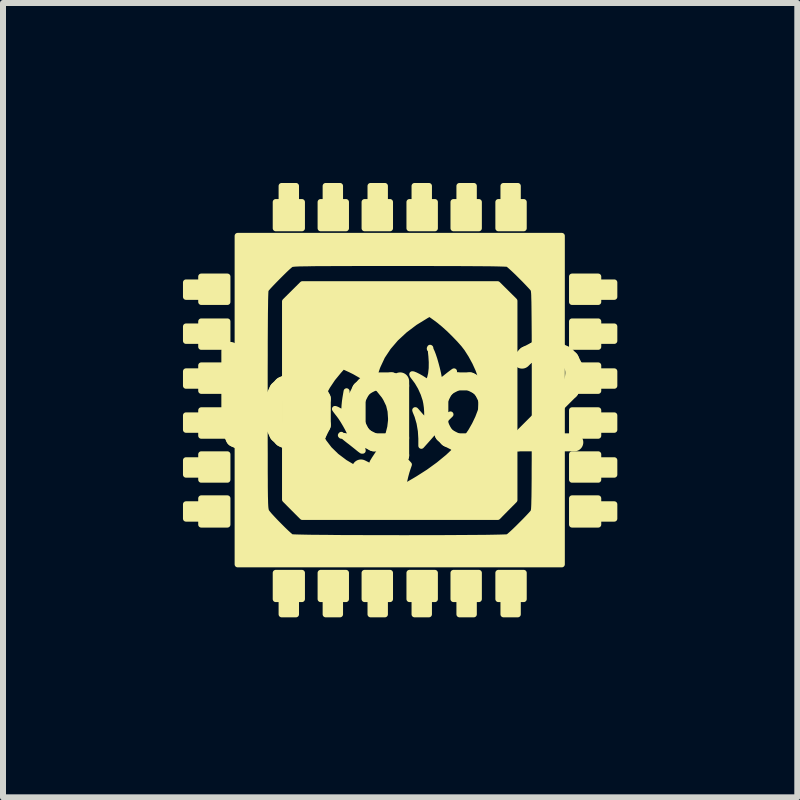
<source format=kicad_pcb>
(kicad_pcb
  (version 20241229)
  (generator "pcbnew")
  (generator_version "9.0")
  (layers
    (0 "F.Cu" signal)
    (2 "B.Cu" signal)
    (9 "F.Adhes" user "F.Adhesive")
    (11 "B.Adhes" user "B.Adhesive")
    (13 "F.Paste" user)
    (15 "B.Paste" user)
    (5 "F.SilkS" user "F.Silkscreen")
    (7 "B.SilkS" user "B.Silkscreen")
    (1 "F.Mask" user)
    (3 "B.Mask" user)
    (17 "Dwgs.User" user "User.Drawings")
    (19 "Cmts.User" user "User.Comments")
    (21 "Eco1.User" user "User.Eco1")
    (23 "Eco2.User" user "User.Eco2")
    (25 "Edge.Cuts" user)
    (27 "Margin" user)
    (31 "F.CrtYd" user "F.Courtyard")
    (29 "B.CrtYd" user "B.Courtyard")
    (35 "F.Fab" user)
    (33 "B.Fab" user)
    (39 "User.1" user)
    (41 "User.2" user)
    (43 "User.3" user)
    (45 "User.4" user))
  (footprint "logo2"
    (layer "F.Cu")
    (at 3.62 3.634)
    (property "Reference" "logo2" (at 0 0 0) (layer "F.SilkS") (effects (font (size 1.524 1.524) (thickness 0.3))))
    (attr through_hole)
    (fp_poly (pts (xy -0.974 0.572) (xy -0.981 0.579) (xy -0.988 0.572) (xy -0.981 0.564) (xy -0.974 0.572)) (stroke (width 0.1) (type solid)) (fill yes) (layer "F.SilkS"))
    (fp_poly (pts (xy 0.505 -0.868) (xy 0.503 -0.865) (xy 0.495 -0.867) (xy 0.494 -0.875) (xy 0.499 -0.887) (xy 0.503 -0.884) (xy 0.505 -0.868)) (stroke (width 0.1) (type solid)) (fill yes) (layer "F.SilkS"))
    (fp_poly (pts (xy -2.879 -1.651) (xy -3.097 -1.651) (xy -3.316 -1.651) (xy -3.316 -1.693) (xy -3.316 -1.736) (xy -3.443 -1.736) (xy -3.57 -1.736) (xy -3.57 -1.856) (xy -3.57 -1.976) (xy -3.443 -1.976) (xy -3.316 -1.976) (xy -3.316 -2.025) (xy -3.316 -2.074) (xy -3.097 -2.074) (xy -2.879 -2.074) (xy -2.879 -1.863) (xy -2.879 -1.651)) (stroke (width 0.1) (type solid)) (fill yes) (layer "F.SilkS"))
    (fp_poly (pts (xy -2.879 -0.903) (xy -3.097 -0.903) (xy -3.316 -0.903) (xy -3.316 -0.953) (xy -3.316 -1.002) (xy -3.443 -1.002) (xy -3.57 -1.002) (xy -3.57 -1.122) (xy -3.57 -1.242) (xy -3.443 -1.242) (xy -3.316 -1.242) (xy -3.316 -1.284) (xy -3.316 -1.326) (xy -3.097 -1.326) (xy -2.879 -1.326) (xy -2.879 -1.115) (xy -2.879 -0.903)) (stroke (width 0.1) (type solid)) (fill yes) (layer "F.SilkS"))
    (fp_poly (pts (xy -2.879 -0.169) (xy -3.097 -0.169) (xy -3.316 -0.169) (xy -3.316 -0.212) (xy -3.316 -0.254) (xy -3.443 -0.254) (xy -3.57 -0.254) (xy -3.57 -0.374) (xy -3.57 -0.494) (xy -3.443 -0.494) (xy -3.316 -0.494) (xy -3.316 -0.543) (xy -3.316 -0.593) (xy -3.097 -0.593) (xy -2.879 -0.593) (xy -2.879 -0.381) (xy -2.879 -0.169)) (stroke (width 0.1) (type solid)) (fill yes) (layer "F.SilkS"))
    (fp_poly (pts (xy -2.879 0.579) (xy -3.097 0.579) (xy -3.316 0.579) (xy -3.316 0.529) (xy -3.316 0.48) (xy -3.443 0.48) (xy -3.57 0.48) (xy -3.57 0.36) (xy -3.57 0.24) (xy -3.443 0.24) (xy -3.316 0.24) (xy -3.316 0.198) (xy -3.316 0.155) (xy -3.097 0.155) (xy -2.879 0.155) (xy -2.879 0.367) (xy -2.879 0.579)) (stroke (width 0.1) (type solid)) (fill yes) (layer "F.SilkS"))
    (fp_poly (pts (xy -2.879 1.312) (xy -3.097 1.312) (xy -3.316 1.312) (xy -3.316 1.27) (xy -3.316 1.228) (xy -3.443 1.228) (xy -3.57 1.228) (xy -3.57 1.108) (xy -3.57 0.988) (xy -3.443 0.988) (xy -3.316 0.988) (xy -3.316 0.938) (xy -3.316 0.889) (xy -3.097 0.889) (xy -2.879 0.889) (xy -2.879 1.101) (xy -2.879 1.312)) (stroke (width 0.1) (type solid)) (fill yes) (layer "F.SilkS"))
    (fp_poly (pts (xy -2.879 2.06) (xy -3.097 2.06) (xy -3.316 2.06) (xy -3.316 2.011) (xy -3.316 1.961) (xy -3.443 1.961) (xy -3.57 1.961) (xy -3.57 1.841) (xy -3.57 1.722) (xy -3.443 1.722) (xy -3.316 1.722) (xy -3.316 1.672) (xy -3.316 1.623) (xy -3.097 1.623) (xy -2.879 1.623) (xy -2.879 1.841) (xy -2.879 2.06)) (stroke (width 0.1) (type solid)) (fill yes) (layer "F.SilkS"))
    (fp_poly (pts (xy -1.637 -2.879) (xy -1.856 -2.879) (xy -2.074 -2.879) (xy -2.074 -3.097) (xy -2.074 -3.316) (xy -2.025 -3.316) (xy -1.976 -3.316) (xy -1.976 -3.45) (xy -1.976 -3.584) (xy -1.856 -3.584) (xy -1.736 -3.584) (xy -1.736 -3.45) (xy -1.736 -3.316) (xy -1.686 -3.316) (xy -1.637 -3.316) (xy -1.637 -3.097) (xy -1.637 -2.879)) (stroke (width 0.1) (type solid)) (fill yes) (layer "F.SilkS"))
    (fp_poly (pts (xy -1.637 3.302) (xy -1.686 3.302) (xy -1.736 3.302) (xy -1.736 3.429) (xy -1.736 3.556) (xy -1.856 3.556) (xy -1.976 3.556) (xy -1.976 3.429) (xy -1.976 3.302) (xy -2.025 3.302) (xy -2.074 3.302) (xy -2.074 3.083) (xy -2.074 2.865) (xy -1.856 2.865) (xy -1.637 2.865) (xy -1.637 3.083) (xy -1.637 3.302)) (stroke (width 0.1) (type solid)) (fill yes) (layer "F.SilkS"))
    (fp_poly (pts (xy -0.903 -2.879) (xy -1.115 -2.879) (xy -1.326 -2.879) (xy -1.326 -3.097) (xy -1.326 -3.316) (xy -1.284 -3.316) (xy -1.242 -3.316) (xy -1.242 -3.45) (xy -1.242 -3.584) (xy -1.122 -3.584) (xy -1.002 -3.584) (xy -1.002 -3.45) (xy -1.002 -3.316) (xy -0.953 -3.316) (xy -0.903 -3.316) (xy -0.903 -3.097) (xy -0.903 -2.879)) (stroke (width 0.1) (type solid)) (fill yes) (layer "F.SilkS"))
    (fp_poly (pts (xy -0.903 3.302) (xy -0.953 3.302) (xy -1.002 3.302) (xy -1.002 3.429) (xy -1.002 3.556) (xy -1.122 3.556) (xy -1.242 3.556) (xy -1.242 3.429) (xy -1.242 3.302) (xy -1.284 3.302) (xy -1.326 3.302) (xy -1.326 3.083) (xy -1.326 2.865) (xy -1.115 2.865) (xy -0.903 2.865) (xy -0.903 3.083) (xy -0.903 3.302)) (stroke (width 0.1) (type solid)) (fill yes) (layer "F.SilkS"))
    (fp_poly (pts (xy -0.169 -2.879) (xy -0.381 -2.879) (xy -0.593 -2.879) (xy -0.593 -3.097) (xy -0.593 -3.316) (xy -0.543 -3.316) (xy -0.494 -3.316) (xy -0.494 -3.45) (xy -0.494 -3.584) (xy -0.374 -3.584) (xy -0.254 -3.584) (xy -0.254 -3.45) (xy -0.254 -3.316) (xy -0.212 -3.316) (xy -0.169 -3.316) (xy -0.169 -3.097) (xy -0.169 -2.879)) (stroke (width 0.1) (type solid)) (fill yes) (layer "F.SilkS"))
    (fp_poly (pts (xy -0.169 3.302) (xy -0.212 3.302) (xy -0.254 3.302) (xy -0.254 3.429) (xy -0.254 3.556) (xy -0.374 3.556) (xy -0.494 3.556) (xy -0.494 3.429) (xy -0.494 3.302) (xy -0.543 3.302) (xy -0.593 3.302) (xy -0.593 3.083) (xy -0.593 2.865) (xy -0.381 2.865) (xy -0.169 2.865) (xy -0.169 3.083) (xy -0.169 3.302)) (stroke (width 0.1) (type solid)) (fill yes) (layer "F.SilkS"))
    (fp_poly (pts (xy 0.579 -2.879) (xy 0.367 -2.879) (xy 0.155 -2.879) (xy 0.155 -3.097) (xy 0.155 -3.316) (xy 0.198 -3.316) (xy 0.24 -3.316) (xy 0.24 -3.45) (xy 0.24 -3.584) (xy 0.36 -3.584) (xy 0.48 -3.584) (xy 0.48 -3.45) (xy 0.48 -3.316) (xy 0.529 -3.316) (xy 0.579 -3.316) (xy 0.579 -3.097) (xy 0.579 -2.879)) (stroke (width 0.1) (type solid)) (fill yes) (layer "F.SilkS"))
    (fp_poly (pts (xy 0.579 3.302) (xy 0.529 3.302) (xy 0.48 3.302) (xy 0.48 3.429) (xy 0.48 3.556) (xy 0.36 3.556) (xy 0.24 3.556) (xy 0.24 3.429) (xy 0.24 3.302) (xy 0.198 3.302) (xy 0.155 3.302) (xy 0.155 3.083) (xy 0.155 2.865) (xy 0.367 2.865) (xy 0.579 2.865) (xy 0.579 3.083) (xy 0.579 3.302)) (stroke (width 0.1) (type solid)) (fill yes) (layer "F.SilkS"))
    (fp_poly (pts (xy 1.312 -2.879) (xy 1.101 -2.879) (xy 0.889 -2.879) (xy 0.889 -3.097) (xy 0.889 -3.316) (xy 0.938 -3.316) (xy 0.988 -3.316) (xy 0.988 -3.45) (xy 0.988 -3.584) (xy 1.108 -3.584) (xy 1.228 -3.584) (xy 1.228 -3.45) (xy 1.228 -3.316) (xy 1.27 -3.316) (xy 1.312 -3.316) (xy 1.312 -3.097) (xy 1.312 -2.879)) (stroke (width 0.1) (type solid)) (fill yes) (layer "F.SilkS"))
    (fp_poly (pts (xy 1.312 3.302) (xy 1.27 3.302) (xy 1.228 3.302) (xy 1.228 3.429) (xy 1.228 3.556) (xy 1.108 3.556) (xy 0.988 3.556) (xy 0.988 3.429) (xy 0.988 3.302) (xy 0.938 3.302) (xy 0.889 3.302) (xy 0.889 3.083) (xy 0.889 2.865) (xy 1.101 2.865) (xy 1.312 2.865) (xy 1.312 3.083) (xy 1.312 3.302)) (stroke (width 0.1) (type solid)) (fill yes) (layer "F.SilkS"))
    (fp_poly (pts (xy 2.06 -2.879) (xy 1.849 -2.879) (xy 1.637 -2.879) (xy 1.637 -3.097) (xy 1.637 -3.316) (xy 1.679 -3.316) (xy 1.722 -3.316) (xy 1.722 -3.45) (xy 1.722 -3.584) (xy 1.841 -3.584) (xy 1.961 -3.584) (xy 1.961 -3.45) (xy 1.961 -3.316) (xy 2.011 -3.316) (xy 2.06 -3.316) (xy 2.06 -3.097) (xy 2.06 -2.879)) (stroke (width 0.1) (type solid)) (fill yes) (layer "F.SilkS"))
    (fp_poly (pts (xy 2.06 3.302) (xy 2.011 3.302) (xy 1.961 3.302) (xy 1.961 3.429) (xy 1.961 3.556) (xy 1.841 3.556) (xy 1.722 3.556) (xy 1.722 3.429) (xy 1.722 3.302) (xy 1.679 3.302) (xy 1.637 3.302) (xy 1.637 3.083) (xy 1.637 2.865) (xy 1.849 2.865) (xy 2.06 2.865) (xy 2.06 3.083) (xy 2.06 3.302)) (stroke (width 0.1) (type solid)) (fill yes) (layer "F.SilkS"))
    (fp_poly (pts (xy 3.57 -1.736) (xy 3.436 -1.736) (xy 3.302 -1.736) (xy 3.302 -1.693) (xy 3.302 -1.651) (xy 3.083 -1.651) (xy 2.865 -1.651) (xy 2.865 -1.863) (xy 2.865 -2.074) (xy 3.083 -2.074) (xy 3.302 -2.074) (xy 3.302 -2.025) (xy 3.302 -1.976) (xy 3.436 -1.976) (xy 3.57 -1.976) (xy 3.57 -1.856) (xy 3.57 -1.736)) (stroke (width 0.1) (type solid)) (fill yes) (layer "F.SilkS"))
    (fp_poly (pts (xy 3.57 -1.002) (xy 3.436 -1.002) (xy 3.302 -1.002) (xy 3.302 -0.953) (xy 3.302 -0.903) (xy 3.083 -0.903) (xy 2.865 -0.903) (xy 2.865 -1.115) (xy 2.865 -1.326) (xy 3.083 -1.326) (xy 3.302 -1.326) (xy 3.302 -1.284) (xy 3.302 -1.242) (xy 3.436 -1.242) (xy 3.57 -1.242) (xy 3.57 -1.122) (xy 3.57 -1.002)) (stroke (width 0.1) (type solid)) (fill yes) (layer "F.SilkS"))
    (fp_poly (pts (xy 3.57 -0.254) (xy 3.436 -0.254) (xy 3.302 -0.254) (xy 3.302 -0.212) (xy 3.302 -0.169) (xy 3.083 -0.169) (xy 2.865 -0.169) (xy 2.865 -0.381) (xy 2.865 -0.593) (xy 3.083 -0.593) (xy 3.302 -0.593) (xy 3.302 -0.543) (xy 3.302 -0.494) (xy 3.436 -0.494) (xy 3.57 -0.494) (xy 3.57 -0.374) (xy 3.57 -0.254)) (stroke (width 0.1) (type solid)) (fill yes) (layer "F.SilkS"))
    (fp_poly (pts (xy 3.57 0.48) (xy 3.436 0.48) (xy 3.302 0.48) (xy 3.302 0.529) (xy 3.302 0.579) (xy 3.083 0.579) (xy 2.865 0.579) (xy 2.865 0.367) (xy 2.865 0.155) (xy 3.083 0.155) (xy 3.302 0.155) (xy 3.302 0.198) (xy 3.302 0.24) (xy 3.436 0.24) (xy 3.57 0.24) (xy 3.57 0.36) (xy 3.57 0.48)) (stroke (width 0.1) (type solid)) (fill yes) (layer "F.SilkS"))
    (fp_poly (pts (xy 3.57 1.228) (xy 3.436 1.228) (xy 3.302 1.228) (xy 3.302 1.27) (xy 3.302 1.312) (xy 3.083 1.312) (xy 2.865 1.312) (xy 2.865 1.101) (xy 2.865 0.889) (xy 3.083 0.889) (xy 3.302 0.889) (xy 3.302 0.938) (xy 3.302 0.988) (xy 3.436 0.988) (xy 3.57 0.988) (xy 3.57 1.108) (xy 3.57 1.228)) (stroke (width 0.1) (type solid)) (fill yes) (layer "F.SilkS"))
    (fp_poly (pts (xy 3.57 1.961) (xy 3.436 1.961) (xy 3.302 1.961) (xy 3.302 2.011) (xy 3.302 2.06) (xy 3.083 2.06) (xy 2.865 2.06) (xy 2.865 1.841) (xy 2.865 1.623) (xy 3.083 1.623) (xy 3.302 1.623) (xy 3.302 1.672) (xy 3.302 1.722) (xy 3.436 1.722) (xy 3.57 1.722) (xy 3.57 1.841) (xy 3.57 1.961)) (stroke (width 0.1) (type solid)) (fill yes) (layer "F.SilkS"))
    (fp_poly (pts (xy -0.624 0.828) (xy -0.639 0.828) (xy -0.671 0.805) (xy -0.691 0.789) (xy -0.725 0.761) (xy -0.773 0.723) (xy -0.827 0.68) (xy -0.854 0.66) (xy -0.903 0.621) (xy -0.932 0.597) (xy -0.94 0.585) (xy -0.931 0.583) (xy -0.924 0.584) (xy -0.882 0.594) (xy -0.85 0.602) (xy -0.825 0.602) (xy -0.818 0.589) (xy -0.826 0.56) (xy -0.845 0.514) (xy -0.874 0.456) (xy -0.909 0.393) (xy -0.947 0.329) (xy -0.983 0.273) (xy -1.015 0.229) (xy -1.048 0.187) (xy -1.073 0.154) (xy -1.086 0.135) (xy -1.087 0.133) (xy -1.075 0.135) (xy -1.046 0.148) (xy -1.009 0.168) (xy -0.931 0.212) (xy -0.93 0.131) (xy -0.927 0.074) (xy -0.92 0.005) (xy -0.911 -0.056) (xy -0.893 -0.162) (xy -0.891 -0.084) (xy -0.884 -0.015) (xy -0.87 0.056) (xy -0.85 0.118) (xy -0.828 0.161) (xy -0.815 0.176) (xy -0.802 0.178) (xy -0.78 0.165) (xy -0.746 0.139) (xy -0.701 0.103) (xy -0.676 0.087) (xy -0.668 0.089) (xy -0.674 0.111) (xy -0.694 0.153) (xy -0.734 0.266) (xy -0.751 0.385) (xy -0.747 0.485) (xy -0.737 0.544) (xy -0.725 0.575) (xy -0.71 0.58) (xy -0.69 0.561) (xy -0.67 0.531) (xy -0.648 0.494) (xy -0.633 0.471) (xy -0.628 0.466) (xy -0.628 0.478) (xy -0.634 0.509) (xy -0.638 0.526) (xy -0.644 0.571) (xy -0.645 0.631) (xy -0.644 0.696) (xy -0.638 0.755) (xy -0.63 0.8) (xy -0.628 0.808) (xy -0.624 0.828)) (stroke (width 0.1) (type solid)) (fill yes) (layer "F.SilkS"))
    (fp_poly (pts (xy 0.898 -0.494) (xy 0.898 -0.484) (xy 0.886 -0.462) (xy 0.829 -0.366) (xy 0.771 -0.256) (xy 0.717 -0.14) (xy 0.671 -0.025) (xy 0.635 0.079) (xy 0.622 0.125) (xy 0.602 0.21) (xy 0.589 0.27) (xy 0.583 0.309) (xy 0.584 0.33) (xy 0.592 0.336) (xy 0.595 0.335) (xy 0.616 0.326) (xy 0.655 0.308) (xy 0.706 0.285) (xy 0.726 0.275) (xy 0.839 0.224) (xy 0.741 0.32) (xy 0.684 0.377) (xy 0.623 0.442) (xy 0.568 0.503) (xy 0.558 0.515) (xy 0.511 0.569) (xy 0.462 0.625) (xy 0.421 0.671) (xy 0.413 0.68) (xy 0.353 0.747) (xy 0.353 0.627) (xy 0.345 0.497) (xy 0.323 0.368) (xy 0.289 0.25) (xy 0.274 0.214) (xy 0.257 0.172) (xy 0.251 0.153) (xy 0.256 0.154) (xy 0.267 0.166) (xy 0.327 0.235) (xy 0.371 0.284) (xy 0.403 0.314) (xy 0.424 0.327) (xy 0.436 0.326) (xy 0.438 0.324) (xy 0.447 0.293) (xy 0.451 0.241) (xy 0.45 0.176) (xy 0.445 0.105) (xy 0.435 0.034) (xy 0.424 -0.02) (xy 0.39 -0.123) (xy 0.343 -0.227) (xy 0.288 -0.321) (xy 0.244 -0.38) (xy 0.218 -0.414) (xy 0.203 -0.438) (xy 0.202 -0.446) (xy 0.218 -0.444) (xy 0.251 -0.431) (xy 0.296 -0.409) (xy 0.346 -0.381) (xy 0.394 -0.351) (xy 0.401 -0.346) (xy 0.435 -0.323) (xy 0.455 -0.316) (xy 0.468 -0.323) (xy 0.476 -0.333) (xy 0.499 -0.383) (xy 0.516 -0.455) (xy 0.526 -0.545) (xy 0.527 -0.647) (xy 0.52 -0.755) (xy 0.519 -0.762) (xy 0.514 -0.81) (xy 0.513 -0.833) (xy 0.517 -0.834) (xy 0.526 -0.817) (xy 0.53 -0.808) (xy 0.548 -0.76) (xy 0.57 -0.694) (xy 0.592 -0.617) (xy 0.613 -0.537) (xy 0.63 -0.465) (xy 0.636 -0.435) (xy 0.645 -0.386) (xy 0.653 -0.346) (xy 0.658 -0.327) (xy 0.67 -0.327) (xy 0.701 -0.345) (xy 0.748 -0.379) (xy 0.776 -0.402) (xy 0.824 -0.44) (xy 0.864 -0.47) (xy 0.89 -0.489) (xy 0.898 -0.494)) (stroke (width 0.1) (type solid)) (fill yes) (layer "F.SilkS"))
    (fp_poly (pts (xy 1.905 1.651) (xy 1.765 1.792) (xy 1.626 1.933) (xy 1.376 1.933) (xy 1.376 -0.168) (xy 1.368 -0.279) (xy 1.353 -0.378) (xy 1.344 -0.413) (xy 1.305 -0.523) (xy 1.25 -0.644) (xy 1.184 -0.765) (xy 1.114 -0.875) (xy 1.06 -0.945) (xy 0.989 -1.025) (xy 0.906 -1.111) (xy 0.819 -1.197) (xy 0.731 -1.276) (xy 0.65 -1.343) (xy 0.609 -1.374) (xy 0.492 -1.458) (xy 0.433 -1.425) (xy 0.244 -1.309) (xy 0.075 -1.181) (xy -0.074 -1.043) (xy -0.199 -0.897) (xy -0.3 -0.745) (xy -0.374 -0.587) (xy -0.384 -0.562) (xy -0.408 -0.49) (xy -0.42 -0.439) (xy -0.421 -0.405) (xy -0.41 -0.381) (xy -0.387 -0.363) (xy -0.38 -0.359) (xy -0.35 -0.339) (xy -0.308 -0.304) (xy -0.263 -0.262) (xy -0.254 -0.252) (xy -0.166 -0.144) (xy -0.102 -0.022) (xy -0.062 0.114) (xy -0.046 0.265) (xy -0.054 0.43) (xy -0.085 0.608) (xy -0.117 0.744) (xy -0.06 0.82) (xy -0.021 0.871) (xy 0.027 0.929) (xy 0.071 0.978) (xy 0.146 1.06) (xy 0.123 1.126) (xy 0.105 1.183) (xy 0.087 1.249) (xy 0.072 1.314) (xy 0.061 1.37) (xy 0.057 1.408) (xy 0.057 1.409) (xy 0.056 1.442) (xy 0.102 1.414) (xy 0.132 1.397) (xy 0.18 1.368) (xy 0.239 1.334) (xy 0.301 1.297) (xy 0.475 1.186) (xy 0.643 1.064) (xy 0.8 0.935) (xy 0.941 0.802) (xy 1.062 0.67) (xy 1.117 0.601) (xy 1.183 0.504) (xy 1.245 0.395) (xy 1.299 0.282) (xy 1.339 0.177) (xy 1.35 0.141) (xy 1.367 0.052) (xy 1.375 -0.054) (xy 1.376 -0.168) (xy 1.376 1.933) (xy -0.002 1.933) (xy -0.152 1.933) (xy -0.152 0.289) (xy -0.16 0.17) (xy -0.186 0.064) (xy -0.235 -0.038) (xy -0.263 -0.084) (xy -0.352 -0.195) (xy -0.466 -0.302) (xy -0.603 -0.401) (xy -0.76 -0.491) (xy -0.829 -0.525) (xy -0.953 -0.582) (xy -1.027 -0.499) (xy -1.127 -0.377) (xy -1.214 -0.247) (xy -1.287 -0.114) (xy -1.343 0.018) (xy -1.38 0.143) (xy -1.396 0.259) (xy -1.397 0.283) (xy -1.383 0.42) (xy -1.342 0.554) (xy -1.275 0.683) (xy -1.182 0.805) (xy -1.064 0.92) (xy -0.922 1.027) (xy -0.758 1.124) (xy -0.734 1.136) (xy -0.633 1.186) (xy -0.546 1.227) (xy -0.475 1.257) (xy -0.422 1.276) (xy -0.39 1.282) (xy -0.381 1.277) (xy -0.386 1.258) (xy -0.399 1.221) (xy -0.417 1.175) (xy -0.437 1.128) (xy -0.454 1.089) (xy -0.465 1.066) (xy -0.467 1.064) (xy -0.469 1.049) (xy -0.457 1.019) (xy -0.43 0.974) (xy -0.391 0.915) (xy -0.304 0.781) (xy -0.239 0.66) (xy -0.193 0.546) (xy -0.165 0.436) (xy -0.152 0.325) (xy -0.152 0.289) (xy -0.152 1.933) (xy -1.63 1.933) (xy -1.775 1.788) (xy -1.919 1.643) (xy -1.919 -0.008) (xy -1.919 -1.659) (xy -1.774 -1.803) (xy -1.629 -1.947) (xy -0.003 -1.947) (xy 1.624 -1.947) (xy 1.764 -1.808) (xy 1.905 -1.668) (xy 1.905 -0.009) (xy 1.905 1.651)) (stroke (width 0.1) (type solid)) (fill yes) (layer "F.SilkS"))
    (fp_poly (pts (xy 2.695 2.723) (xy 2.244 2.723) (xy 2.244 -0.007) (xy 2.244 -0.275) (xy 2.244 -0.517) (xy 2.243 -0.732) (xy 2.243 -0.924) (xy 2.243 -1.093) (xy 2.242 -1.241) (xy 2.241 -1.369) (xy 2.24 -1.479) (xy 2.239 -1.571) (xy 2.238 -1.648) (xy 2.236 -1.71) (xy 2.235 -1.76) (xy 2.233 -1.798) (xy 2.23 -1.826) (xy 2.228 -1.845) (xy 2.225 -1.857) (xy 2.223 -1.86) (xy 2.207 -1.883) (xy 2.173 -1.92) (xy 2.127 -1.969) (xy 2.073 -2.025) (xy 2.014 -2.084) (xy 1.955 -2.143) (xy 1.899 -2.196) (xy 1.851 -2.24) (xy 1.815 -2.271) (xy 1.797 -2.284) (xy 1.782 -2.287) (xy 1.749 -2.289) (xy 1.695 -2.291) (xy 1.621 -2.293) (xy 1.526 -2.295) (xy 1.408 -2.296) (xy 1.267 -2.297) (xy 1.103 -2.298) (xy 0.914 -2.299) (xy 0.699 -2.299) (xy 0.459 -2.3) (xy 0.192 -2.3) (xy -0.007 -2.3) (xy -0.272 -2.3) (xy -0.51 -2.3) (xy -0.722 -2.3) (xy -0.911 -2.299) (xy -1.077 -2.299) (xy -1.222 -2.298) (xy -1.347 -2.298) (xy -1.454 -2.297) (xy -1.544 -2.295) (xy -1.618 -2.294) (xy -1.678 -2.293) (xy -1.726 -2.291) (xy -1.762 -2.289) (xy -1.788 -2.286) (xy -1.805 -2.284) (xy -1.816 -2.281) (xy -1.818 -2.28) (xy -1.84 -2.263) (xy -1.878 -2.23) (xy -1.927 -2.184) (xy -1.983 -2.129) (xy -2.042 -2.07) (xy -2.1 -2.011) (xy -2.153 -1.956) (xy -2.198 -1.908) (xy -2.229 -1.872) (xy -2.242 -1.853) (xy -2.245 -1.839) (xy -2.247 -1.805) (xy -2.249 -1.752) (xy -2.251 -1.678) (xy -2.252 -1.583) (xy -2.254 -1.466) (xy -2.255 -1.325) (xy -2.256 -1.161) (xy -2.257 -0.973) (xy -2.257 -0.759) (xy -2.258 -0.52) (xy -2.258 -0.253) (xy -2.258 -0.014) (xy -2.258 0.249) (xy -2.258 0.485) (xy -2.258 0.696) (xy -2.257 0.883) (xy -2.257 1.048) (xy -2.257 1.192) (xy -2.256 1.317) (xy -2.256 1.424) (xy -2.255 1.514) (xy -2.254 1.59) (xy -2.252 1.652) (xy -2.251 1.702) (xy -2.249 1.742) (xy -2.247 1.773) (xy -2.244 1.797) (xy -2.241 1.814) (xy -2.238 1.827) (xy -2.235 1.837) (xy -2.231 1.845) (xy -2.231 1.846) (xy -2.212 1.871) (xy -2.178 1.912) (xy -2.131 1.963) (xy -2.076 2.021) (xy -2.016 2.082) (xy -1.958 2.14) (xy -1.903 2.193) (xy -1.857 2.235) (xy -1.824 2.263) (xy -1.813 2.27) (xy -1.795 2.272) (xy -1.751 2.274) (xy -1.682 2.276) (xy -1.592 2.278) (xy -1.481 2.28) (xy -1.353 2.281) (xy -1.209 2.282) (xy -1.051 2.284) (xy -0.882 2.285) (xy -0.703 2.285) (xy -0.517 2.286) (xy -0.325 2.286) (xy -0.13 2.286) (xy 0.067 2.287) (xy 0.263 2.286) (xy 0.455 2.286) (xy 0.643 2.286) (xy 0.824 2.285) (xy 0.996 2.284) (xy 1.157 2.283) (xy 1.304 2.282) (xy 1.436 2.281) (xy 1.551 2.279) (xy 1.646 2.277) (xy 1.72 2.275) (xy 1.77 2.273) (xy 1.795 2.271) (xy 1.797 2.27) (xy 1.819 2.254) (xy 1.857 2.221) (xy 1.906 2.176) (xy 1.962 2.122) (xy 2.021 2.063) (xy 2.08 2.004) (xy 2.133 1.949) (xy 2.178 1.901) (xy 2.21 1.865) (xy 2.223 1.846) (xy 2.226 1.837) (xy 2.229 1.821) (xy 2.232 1.798) (xy 2.234 1.765) (xy 2.236 1.72) (xy 2.237 1.664) (xy 2.239 1.594) (xy 2.24 1.509) (xy 2.241 1.407) (xy 2.242 1.288) (xy 2.242 1.149) (xy 2.243 0.99) (xy 2.243 0.809) (xy 2.243 0.604) (xy 2.244 0.375) (xy 2.244 0.119) (xy 2.244 -0.007) (xy 2.244 2.723) (xy -0.007 2.723) (xy -2.709 2.723) (xy -2.709 -0.014) (xy -2.709 -2.752) (xy -0.007 -2.752) (xy 2.695 -2.752) (xy 2.695 -0.014) (xy 2.695 2.723)) (stroke (width 0.1) (type solid)) (fill yes) (layer "F.SilkS")))
  (gr_rect
    (start -3 -3)
    (end 10.24 10.24)
    (stroke (width 0.1) (type default))
    (fill no)
    (layer "Edge.Cuts")))
</source>
